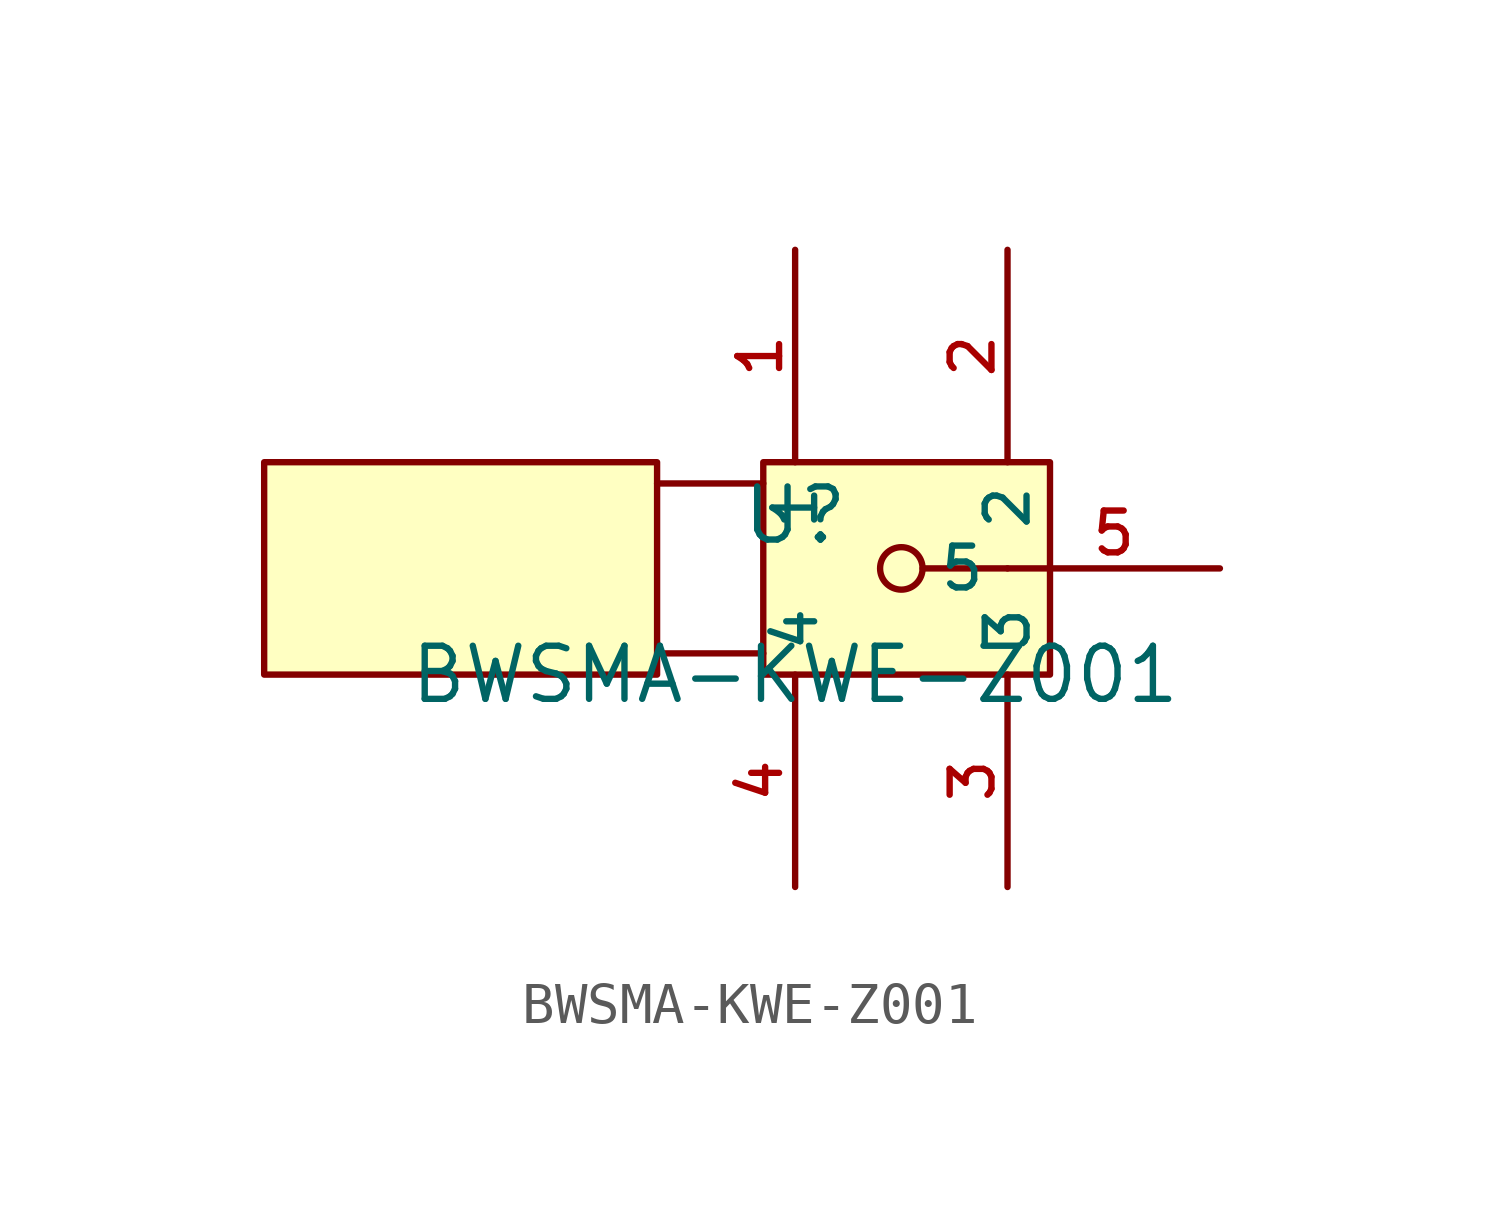
<source format=kicad_sym>
(kicad_symbol_lib
  (version 20210201)
  (generator TousstNicolas/JLC2KiCad_lib)
  (symbol "BWSMA-KWE-Z001"
    (property "Reference" "U"
      (at 0 1.27 0)
      (effects (font (size 1.27 1.27))))
    (property "Value" "BWSMA-KWE-Z001"
      (at 0 -2.54 0)
      (effects (font (size 1.27 1.27))))
    (symbol "BWSMA-KWE-Z001_0_1"
      (polyline (pts (xy 3.048 -0.0) (xy 5.08 -0.0)) (stroke (width 0) (type default) (color 0 0 0 0)) (fill (type none)))
      (circle (center 2.54 -0.0) (radius 0.508) (stroke (width 0) (type default) (color 0 0 0 0)) (fill (type background)))
      (pin unspecified line (at 10.16 -0.0 180) (length 5.08) (name "5" (effects (font (size 1 1)))) (number "5" (effects (font (size 1 1)))))
      (pin unspecified line (at 0.0 -7.62 90) (length 5.08) (name "4" (effects (font (size 1 1)))) (number "4" (effects (font (size 1 1)))))
      (pin unspecified line (at 5.08 -7.62 90) (length 5.08) (name "3" (effects (font (size 1 1)))) (number "3" (effects (font (size 1 1)))))
      (pin unspecified line (at 5.08 7.62 270) (length 5.08) (name "2" (effects (font (size 1 1)))) (number "2" (effects (font (size 1 1)))))
      (pin unspecified line (at 0.0 7.62 270) (length 5.08) (name "1" (effects (font (size 1 1)))) (number "1" (effects (font (size 1 1)))))
      (polyline (pts (xy -3.302 -2.032) (xy -0.762 -2.032)) (stroke (width 0) (type default) (color 0 0 0 0)) (fill (type none)))
      (polyline (pts (xy -3.302 2.032) (xy -0.762 2.032)) (stroke (width 0) (type default) (color 0 0 0 0)) (fill (type none)))
      (rectangle (start -0.762 2.54) (end 6.096 -2.54) (stroke (width 0) (type default) (color 0 0 0 0)) (fill (type background)))
      (rectangle (start -12.7 2.54) (end -3.302 -2.54) (stroke (width 0) (type default) (color 0 0 0 0)) (fill (type background))))))
</source>
